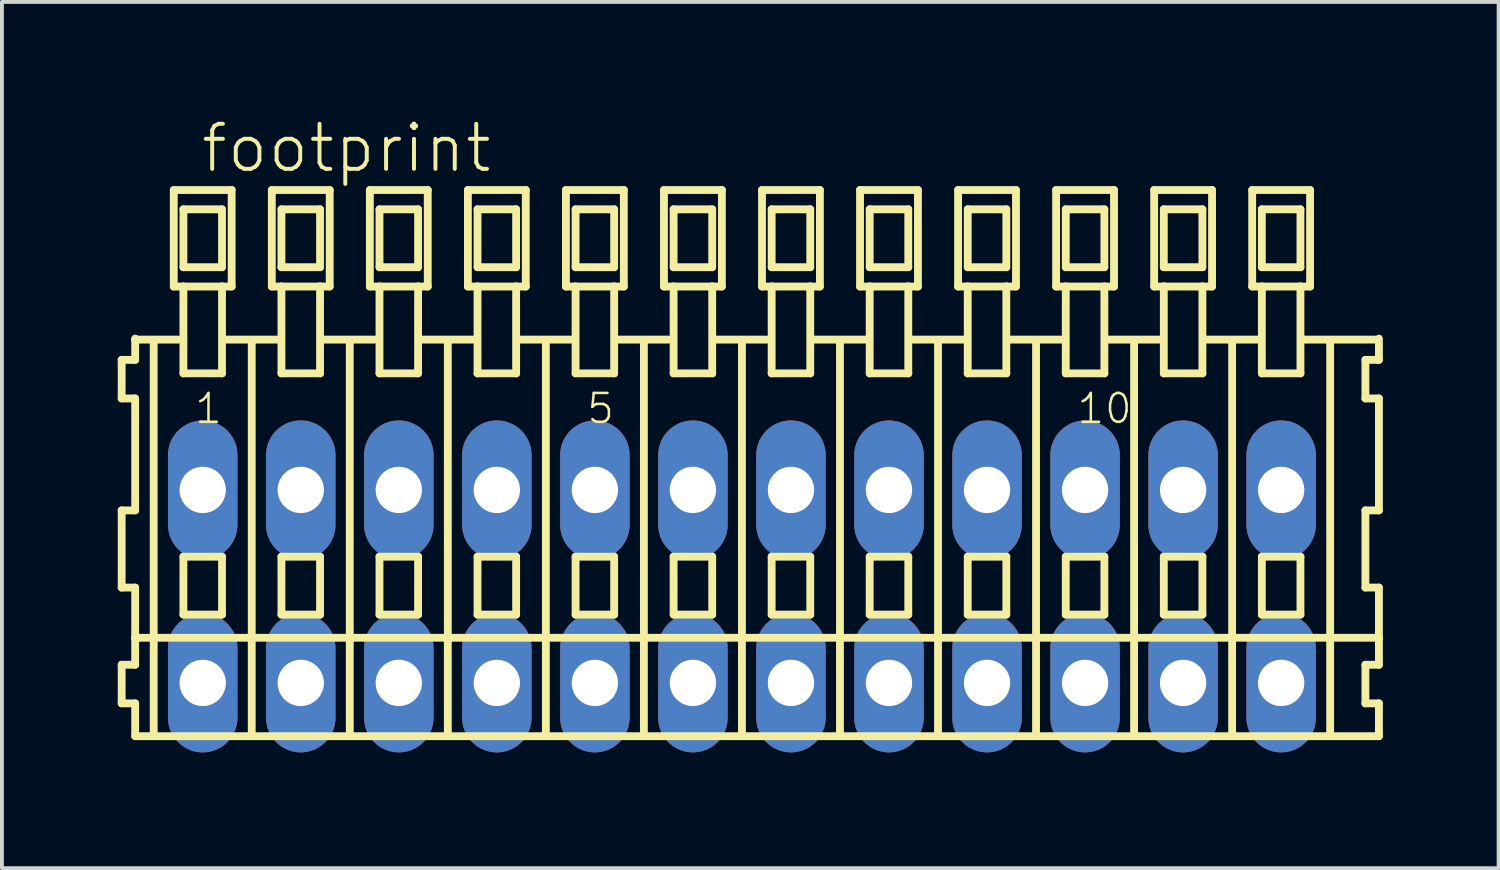
<source format=kicad_pcb>
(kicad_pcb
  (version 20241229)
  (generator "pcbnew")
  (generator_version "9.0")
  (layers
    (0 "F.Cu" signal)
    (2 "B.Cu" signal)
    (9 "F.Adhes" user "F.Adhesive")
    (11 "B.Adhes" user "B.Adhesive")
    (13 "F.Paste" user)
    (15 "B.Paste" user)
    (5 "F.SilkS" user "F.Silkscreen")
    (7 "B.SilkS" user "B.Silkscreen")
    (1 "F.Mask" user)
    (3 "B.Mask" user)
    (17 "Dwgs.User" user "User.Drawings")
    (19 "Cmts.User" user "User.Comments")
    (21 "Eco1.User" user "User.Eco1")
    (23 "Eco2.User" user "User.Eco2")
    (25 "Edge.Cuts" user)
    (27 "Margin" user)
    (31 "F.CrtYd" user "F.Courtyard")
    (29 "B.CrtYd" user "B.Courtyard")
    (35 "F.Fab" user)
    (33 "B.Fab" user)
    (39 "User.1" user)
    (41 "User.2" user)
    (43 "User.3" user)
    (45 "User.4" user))
  (footprint "footprint"
    (layer "F.Cu")
    (at 16.172 12.143)
    (property "Reference" "footprint" (at -14.07 -10.67 0) (layer "F.SilkS") (effects (font (size 1.168 1.168) (thickness 0.102)) (justify left bottom)))
    (fp_line (start -16.07 -5.87) (end -16.07 -4.87) (stroke (width 0.203) (type solid)) (layer "F.SilkS"))
    (fp_line (start -16.07 -4.87) (end -15.72 -4.87) (stroke (width 0.203) (type solid)) (layer "F.SilkS"))
    (fp_line (start -16.07 -1.97) (end -16.07 0.03) (stroke (width 0.203) (type solid)) (layer "F.SilkS"))
    (fp_line (start -16.07 0.03) (end -15.72 0.03) (stroke (width 0.203) (type solid)) (layer "F.SilkS"))
    (fp_line (start -16.07 2.03) (end -16.07 3.03) (stroke (width 0.203) (type solid)) (layer "F.SilkS"))
    (fp_line (start -16.07 3.03) (end -15.72 3.03) (stroke (width 0.203) (type solid)) (layer "F.SilkS"))
    (fp_line (start -15.72 -6.42) (end -15.72 -6.395) (stroke (width 0.203) (type solid)) (layer "F.SilkS"))
    (fp_line (start -15.72 -6.395) (end -15.72 -5.87) (stroke (width 0.203) (type solid)) (layer "F.SilkS"))
    (fp_line (start -15.72 -6.395) (end -14.595 -6.395) (stroke (width 0.203) (type solid)) (layer "F.SilkS"))
    (fp_line (start -15.72 -5.87) (end -16.07 -5.87) (stroke (width 0.203) (type solid)) (layer "F.SilkS"))
    (fp_line (start -15.72 -4.87) (end -15.72 -1.97) (stroke (width 0.203) (type solid)) (layer "F.SilkS"))
    (fp_line (start -15.72 -1.97) (end -16.07 -1.97) (stroke (width 0.203) (type solid)) (layer "F.SilkS"))
    (fp_line (start -15.72 0.03) (end -15.72 1.33) (stroke (width 0.203) (type solid)) (layer "F.SilkS"))
    (fp_line (start -15.72 1.33) (end -15.72 2.03) (stroke (width 0.203) (type solid)) (layer "F.SilkS"))
    (fp_line (start -15.72 1.33) (end 16.503 1.33) (stroke (width 0.203) (type solid)) (layer "F.SilkS"))
    (fp_line (start -15.72 2.03) (end -16.07 2.03) (stroke (width 0.203) (type solid)) (layer "F.SilkS"))
    (fp_line (start -15.72 3.03) (end -15.72 3.88) (stroke (width 0.203) (type solid)) (layer "F.SilkS"))
    (fp_line (start -15.72 3.88) (end 16.503 3.88) (stroke (width 0.203) (type solid)) (layer "F.SilkS"))
    (fp_line (start -15.24 3.83) (end -15.24 -6.33) (stroke (width 0.203) (type solid)) (layer "F.SilkS"))
    (fp_line (start -14.72 -10.27) (end -14.72 -7.77) (stroke (width 0.203) (type solid)) (layer "F.SilkS"))
    (fp_line (start -14.72 -7.77) (end -14.47 -7.77) (stroke (width 0.203) (type solid)) (layer "F.SilkS"))
    (fp_line (start -14.47 -9.77) (end -14.47 -8.27) (stroke (width 0.203) (type solid)) (layer "F.SilkS"))
    (fp_line (start -14.47 -8.27) (end -13.47 -8.27) (stroke (width 0.203) (type solid)) (layer "F.SilkS"))
    (fp_line (start -14.47 -7.77) (end -14.47 -5.52) (stroke (width 0.203) (type solid)) (layer "F.SilkS"))
    (fp_line (start -14.47 -7.77) (end -13.47 -7.77) (stroke (width 0.203) (type solid)) (layer "F.SilkS"))
    (fp_line (start -14.47 -5.52) (end -13.47 -5.52) (stroke (width 0.203) (type solid)) (layer "F.SilkS"))
    (fp_line (start -14.47 -0.77) (end -14.47 0.73) (stroke (width 0.203) (type solid)) (layer "F.SilkS"))
    (fp_line (start -14.47 0.73) (end -13.47 0.73) (stroke (width 0.203) (type solid)) (layer "F.SilkS"))
    (fp_line (start -13.47 -9.77) (end -14.47 -9.77) (stroke (width 0.203) (type solid)) (layer "F.SilkS"))
    (fp_line (start -13.47 -8.27) (end -13.47 -9.77) (stroke (width 0.203) (type solid)) (layer "F.SilkS"))
    (fp_line (start -13.47 -7.77) (end -13.22 -7.77) (stroke (width 0.203) (type solid)) (layer "F.SilkS"))
    (fp_line (start -13.47 -5.52) (end -13.47 -7.77) (stroke (width 0.203) (type solid)) (layer "F.SilkS"))
    (fp_line (start -13.47 -0.77) (end -14.47 -0.77) (stroke (width 0.203) (type solid)) (layer "F.SilkS"))
    (fp_line (start -13.47 0.73) (end -13.47 -0.77) (stroke (width 0.203) (type solid)) (layer "F.SilkS"))
    (fp_line (start -13.434 -6.395) (end -12.055 -6.395) (stroke (width 0.203) (type solid)) (layer "F.SilkS"))
    (fp_line (start -13.22 -10.27) (end -14.72 -10.27) (stroke (width 0.203) (type solid)) (layer "F.SilkS"))
    (fp_line (start -13.22 -7.77) (end -13.22 -10.27) (stroke (width 0.203) (type solid)) (layer "F.SilkS"))
    (fp_line (start -12.7 3.83) (end -12.7 -6.33) (stroke (width 0.203) (type solid)) (layer "F.SilkS"))
    (fp_line (start -12.18 -10.27) (end -12.18 -7.77) (stroke (width 0.203) (type solid)) (layer "F.SilkS"))
    (fp_line (start -12.18 -7.77) (end -11.93 -7.77) (stroke (width 0.203) (type solid)) (layer "F.SilkS"))
    (fp_line (start -11.93 -9.77) (end -11.93 -8.27) (stroke (width 0.203) (type solid)) (layer "F.SilkS"))
    (fp_line (start -11.93 -8.27) (end -10.93 -8.27) (stroke (width 0.203) (type solid)) (layer "F.SilkS"))
    (fp_line (start -11.93 -7.77) (end -11.93 -5.52) (stroke (width 0.203) (type solid)) (layer "F.SilkS"))
    (fp_line (start -11.93 -7.77) (end -10.93 -7.77) (stroke (width 0.203) (type solid)) (layer "F.SilkS"))
    (fp_line (start -11.93 -5.52) (end -10.93 -5.52) (stroke (width 0.203) (type solid)) (layer "F.SilkS"))
    (fp_line (start -11.93 -0.77) (end -11.93 0.73) (stroke (width 0.203) (type solid)) (layer "F.SilkS"))
    (fp_line (start -11.93 0.73) (end -10.93 0.73) (stroke (width 0.203) (type solid)) (layer "F.SilkS"))
    (fp_line (start -10.93 -9.77) (end -11.93 -9.77) (stroke (width 0.203) (type solid)) (layer "F.SilkS"))
    (fp_line (start -10.93 -8.27) (end -10.93 -9.77) (stroke (width 0.203) (type solid)) (layer "F.SilkS"))
    (fp_line (start -10.93 -7.77) (end -10.68 -7.77) (stroke (width 0.203) (type solid)) (layer "F.SilkS"))
    (fp_line (start -10.93 -5.52) (end -10.93 -7.77) (stroke (width 0.203) (type solid)) (layer "F.SilkS"))
    (fp_line (start -10.93 -0.77) (end -11.93 -0.77) (stroke (width 0.203) (type solid)) (layer "F.SilkS"))
    (fp_line (start -10.93 0.73) (end -10.93 -0.77) (stroke (width 0.203) (type solid)) (layer "F.SilkS"))
    (fp_line (start -10.894 -6.395) (end -9.515 -6.395) (stroke (width 0.203) (type solid)) (layer "F.SilkS"))
    (fp_line (start -10.68 -10.27) (end -12.18 -10.27) (stroke (width 0.203) (type solid)) (layer "F.SilkS"))
    (fp_line (start -10.68 -7.77) (end -10.68 -10.27) (stroke (width 0.203) (type solid)) (layer "F.SilkS"))
    (fp_line (start -10.16 3.83) (end -10.16 -6.33) (stroke (width 0.203) (type solid)) (layer "F.SilkS"))
    (fp_line (start -9.64 -10.27) (end -9.64 -7.77) (stroke (width 0.203) (type solid)) (layer "F.SilkS"))
    (fp_line (start -9.64 -7.77) (end -9.39 -7.77) (stroke (width 0.203) (type solid)) (layer "F.SilkS"))
    (fp_line (start -9.39 -9.77) (end -9.39 -8.27) (stroke (width 0.203) (type solid)) (layer "F.SilkS"))
    (fp_line (start -9.39 -8.27) (end -8.39 -8.27) (stroke (width 0.203) (type solid)) (layer "F.SilkS"))
    (fp_line (start -9.39 -7.77) (end -9.39 -5.52) (stroke (width 0.203) (type solid)) (layer "F.SilkS"))
    (fp_line (start -9.39 -7.77) (end -8.39 -7.77) (stroke (width 0.203) (type solid)) (layer "F.SilkS"))
    (fp_line (start -9.39 -5.52) (end -8.39 -5.52) (stroke (width 0.203) (type solid)) (layer "F.SilkS"))
    (fp_line (start -9.39 -0.77) (end -9.39 0.73) (stroke (width 0.203) (type solid)) (layer "F.SilkS"))
    (fp_line (start -9.39 0.73) (end -8.39 0.73) (stroke (width 0.203) (type solid)) (layer "F.SilkS"))
    (fp_line (start -8.39 -9.77) (end -9.39 -9.77) (stroke (width 0.203) (type solid)) (layer "F.SilkS"))
    (fp_line (start -8.39 -8.27) (end -8.39 -9.77) (stroke (width 0.203) (type solid)) (layer "F.SilkS"))
    (fp_line (start -8.39 -7.77) (end -8.14 -7.77) (stroke (width 0.203) (type solid)) (layer "F.SilkS"))
    (fp_line (start -8.39 -5.52) (end -8.39 -7.77) (stroke (width 0.203) (type solid)) (layer "F.SilkS"))
    (fp_line (start -8.39 -0.77) (end -9.39 -0.77) (stroke (width 0.203) (type solid)) (layer "F.SilkS"))
    (fp_line (start -8.39 0.73) (end -8.39 -0.77) (stroke (width 0.203) (type solid)) (layer "F.SilkS"))
    (fp_line (start -8.354 -6.395) (end -6.975 -6.395) (stroke (width 0.203) (type solid)) (layer "F.SilkS"))
    (fp_line (start -8.14 -10.27) (end -9.64 -10.27) (stroke (width 0.203) (type solid)) (layer "F.SilkS"))
    (fp_line (start -8.14 -7.77) (end -8.14 -10.27) (stroke (width 0.203) (type solid)) (layer "F.SilkS"))
    (fp_line (start -7.62 3.83) (end -7.62 -6.33) (stroke (width 0.203) (type solid)) (layer "F.SilkS"))
    (fp_line (start -7.1 -10.27) (end -7.1 -7.77) (stroke (width 0.203) (type solid)) (layer "F.SilkS"))
    (fp_line (start -7.1 -7.77) (end -6.85 -7.77) (stroke (width 0.203) (type solid)) (layer "F.SilkS"))
    (fp_line (start -6.85 -9.77) (end -6.85 -8.27) (stroke (width 0.203) (type solid)) (layer "F.SilkS"))
    (fp_line (start -6.85 -8.27) (end -5.85 -8.27) (stroke (width 0.203) (type solid)) (layer "F.SilkS"))
    (fp_line (start -6.85 -7.77) (end -6.85 -5.52) (stroke (width 0.203) (type solid)) (layer "F.SilkS"))
    (fp_line (start -6.85 -7.77) (end -5.85 -7.77) (stroke (width 0.203) (type solid)) (layer "F.SilkS"))
    (fp_line (start -6.85 -5.52) (end -5.85 -5.52) (stroke (width 0.203) (type solid)) (layer "F.SilkS"))
    (fp_line (start -6.85 -0.77) (end -6.85 0.73) (stroke (width 0.203) (type solid)) (layer "F.SilkS"))
    (fp_line (start -6.85 0.73) (end -5.85 0.73) (stroke (width 0.203) (type solid)) (layer "F.SilkS"))
    (fp_line (start -5.85 -9.77) (end -6.85 -9.77) (stroke (width 0.203) (type solid)) (layer "F.SilkS"))
    (fp_line (start -5.85 -8.27) (end -5.85 -9.77) (stroke (width 0.203) (type solid)) (layer "F.SilkS"))
    (fp_line (start -5.85 -7.77) (end -5.6 -7.77) (stroke (width 0.203) (type solid)) (layer "F.SilkS"))
    (fp_line (start -5.85 -5.52) (end -5.85 -7.77) (stroke (width 0.203) (type solid)) (layer "F.SilkS"))
    (fp_line (start -5.85 -0.77) (end -6.85 -0.77) (stroke (width 0.203) (type solid)) (layer "F.SilkS"))
    (fp_line (start -5.85 0.73) (end -5.85 -0.77) (stroke (width 0.203) (type solid)) (layer "F.SilkS"))
    (fp_line (start -5.814 -6.395) (end -4.435 -6.395) (stroke (width 0.203) (type solid)) (layer "F.SilkS"))
    (fp_line (start -5.6 -10.27) (end -7.1 -10.27) (stroke (width 0.203) (type solid)) (layer "F.SilkS"))
    (fp_line (start -5.6 -7.77) (end -5.6 -10.27) (stroke (width 0.203) (type solid)) (layer "F.SilkS"))
    (fp_line (start -5.08 3.83) (end -5.08 -6.33) (stroke (width 0.203) (type solid)) (layer "F.SilkS"))
    (fp_line (start -4.56 -10.27) (end -4.56 -7.77) (stroke (width 0.203) (type solid)) (layer "F.SilkS"))
    (fp_line (start -4.56 -7.77) (end -4.31 -7.77) (stroke (width 0.203) (type solid)) (layer "F.SilkS"))
    (fp_line (start -4.31 -9.77) (end -4.31 -8.27) (stroke (width 0.203) (type solid)) (layer "F.SilkS"))
    (fp_line (start -4.31 -8.27) (end -3.31 -8.27) (stroke (width 0.203) (type solid)) (layer "F.SilkS"))
    (fp_line (start -4.31 -7.77) (end -4.31 -5.52) (stroke (width 0.203) (type solid)) (layer "F.SilkS"))
    (fp_line (start -4.31 -7.77) (end -3.31 -7.77) (stroke (width 0.203) (type solid)) (layer "F.SilkS"))
    (fp_line (start -4.31 -5.52) (end -3.31 -5.52) (stroke (width 0.203) (type solid)) (layer "F.SilkS"))
    (fp_line (start -4.31 -0.77) (end -4.31 0.73) (stroke (width 0.203) (type solid)) (layer "F.SilkS"))
    (fp_line (start -4.31 0.73) (end -3.31 0.73) (stroke (width 0.203) (type solid)) (layer "F.SilkS"))
    (fp_line (start -3.31 -9.77) (end -4.31 -9.77) (stroke (width 0.203) (type solid)) (layer "F.SilkS"))
    (fp_line (start -3.31 -8.27) (end -3.31 -9.77) (stroke (width 0.203) (type solid)) (layer "F.SilkS"))
    (fp_line (start -3.31 -7.77) (end -3.06 -7.77) (stroke (width 0.203) (type solid)) (layer "F.SilkS"))
    (fp_line (start -3.31 -5.52) (end -3.31 -7.77) (stroke (width 0.203) (type solid)) (layer "F.SilkS"))
    (fp_line (start -3.31 -0.77) (end -4.31 -0.77) (stroke (width 0.203) (type solid)) (layer "F.SilkS"))
    (fp_line (start -3.31 0.73) (end -3.31 -0.77) (stroke (width 0.203) (type solid)) (layer "F.SilkS"))
    (fp_line (start -3.274 -6.395) (end -1.895 -6.395) (stroke (width 0.203) (type solid)) (layer "F.SilkS"))
    (fp_line (start -3.06 -10.27) (end -4.56 -10.27) (stroke (width 0.203) (type solid)) (layer "F.SilkS"))
    (fp_line (start -3.06 -7.77) (end -3.06 -10.27) (stroke (width 0.203) (type solid)) (layer "F.SilkS"))
    (fp_line (start -2.54 3.83) (end -2.54 -6.33) (stroke (width 0.203) (type solid)) (layer "F.SilkS"))
    (fp_line (start -2.02 -10.27) (end -2.02 -7.77) (stroke (width 0.203) (type solid)) (layer "F.SilkS"))
    (fp_line (start -2.02 -7.77) (end -1.77 -7.77) (stroke (width 0.203) (type solid)) (layer "F.SilkS"))
    (fp_line (start -1.77 -9.77) (end -1.77 -8.27) (stroke (width 0.203) (type solid)) (layer "F.SilkS"))
    (fp_line (start -1.77 -8.27) (end -0.77 -8.27) (stroke (width 0.203) (type solid)) (layer "F.SilkS"))
    (fp_line (start -1.77 -7.77) (end -1.77 -5.52) (stroke (width 0.203) (type solid)) (layer "F.SilkS"))
    (fp_line (start -1.77 -7.77) (end -0.77 -7.77) (stroke (width 0.203) (type solid)) (layer "F.SilkS"))
    (fp_line (start -1.77 -5.52) (end -0.77 -5.52) (stroke (width 0.203) (type solid)) (layer "F.SilkS"))
    (fp_line (start -1.77 -0.77) (end -1.77 0.73) (stroke (width 0.203) (type solid)) (layer "F.SilkS"))
    (fp_line (start -1.77 0.73) (end -0.77 0.73) (stroke (width 0.203) (type solid)) (layer "F.SilkS"))
    (fp_line (start -0.77 -9.77) (end -1.77 -9.77) (stroke (width 0.203) (type solid)) (layer "F.SilkS"))
    (fp_line (start -0.77 -8.27) (end -0.77 -9.77) (stroke (width 0.203) (type solid)) (layer "F.SilkS"))
    (fp_line (start -0.77 -7.77) (end -0.52 -7.77) (stroke (width 0.203) (type solid)) (layer "F.SilkS"))
    (fp_line (start -0.77 -5.52) (end -0.77 -7.77) (stroke (width 0.203) (type solid)) (layer "F.SilkS"))
    (fp_line (start -0.77 -0.77) (end -1.77 -0.77) (stroke (width 0.203) (type solid)) (layer "F.SilkS"))
    (fp_line (start -0.77 0.73) (end -0.77 -0.77) (stroke (width 0.203) (type solid)) (layer "F.SilkS"))
    (fp_line (start -0.734 -6.395) (end 0.645 -6.395) (stroke (width 0.203) (type solid)) (layer "F.SilkS"))
    (fp_line (start -0.52 -10.27) (end -2.02 -10.27) (stroke (width 0.203) (type solid)) (layer "F.SilkS"))
    (fp_line (start -0.52 -7.77) (end -0.52 -10.27) (stroke (width 0.203) (type solid)) (layer "F.SilkS"))
    (fp_line (start 0 3.83) (end 0 -6.33) (stroke (width 0.203) (type solid)) (layer "F.SilkS"))
    (fp_line (start 0.52 -10.27) (end 0.52 -7.77) (stroke (width 0.203) (type solid)) (layer "F.SilkS"))
    (fp_line (start 0.52 -7.77) (end 0.77 -7.77) (stroke (width 0.203) (type solid)) (layer "F.SilkS"))
    (fp_line (start 0.77 -9.77) (end 0.77 -8.27) (stroke (width 0.203) (type solid)) (layer "F.SilkS"))
    (fp_line (start 0.77 -8.27) (end 1.77 -8.27) (stroke (width 0.203) (type solid)) (layer "F.SilkS"))
    (fp_line (start 0.77 -7.77) (end 0.77 -5.52) (stroke (width 0.203) (type solid)) (layer "F.SilkS"))
    (fp_line (start 0.77 -7.77) (end 1.77 -7.77) (stroke (width 0.203) (type solid)) (layer "F.SilkS"))
    (fp_line (start 0.77 -5.52) (end 1.77 -5.52) (stroke (width 0.203) (type solid)) (layer "F.SilkS"))
    (fp_line (start 0.77 -0.77) (end 0.77 0.73) (stroke (width 0.203) (type solid)) (layer "F.SilkS"))
    (fp_line (start 0.77 0.73) (end 1.77 0.73) (stroke (width 0.203) (type solid)) (layer "F.SilkS"))
    (fp_line (start 1.77 -9.77) (end 0.77 -9.77) (stroke (width 0.203) (type solid)) (layer "F.SilkS"))
    (fp_line (start 1.77 -8.27) (end 1.77 -9.77) (stroke (width 0.203) (type solid)) (layer "F.SilkS"))
    (fp_line (start 1.77 -7.77) (end 2.02 -7.77) (stroke (width 0.203) (type solid)) (layer "F.SilkS"))
    (fp_line (start 1.77 -5.52) (end 1.77 -7.77) (stroke (width 0.203) (type solid)) (layer "F.SilkS"))
    (fp_line (start 1.77 -0.77) (end 0.77 -0.77) (stroke (width 0.203) (type solid)) (layer "F.SilkS"))
    (fp_line (start 1.77 0.73) (end 1.77 -0.77) (stroke (width 0.203) (type solid)) (layer "F.SilkS"))
    (fp_line (start 1.806 -6.395) (end 3.185 -6.395) (stroke (width 0.203) (type solid)) (layer "F.SilkS"))
    (fp_line (start 2.02 -10.27) (end 0.52 -10.27) (stroke (width 0.203) (type solid)) (layer "F.SilkS"))
    (fp_line (start 2.02 -7.77) (end 2.02 -10.27) (stroke (width 0.203) (type solid)) (layer "F.SilkS"))
    (fp_line (start 2.54 3.83) (end 2.54 -6.33) (stroke (width 0.203) (type solid)) (layer "F.SilkS"))
    (fp_line (start 3.06 -10.27) (end 3.06 -7.77) (stroke (width 0.203) (type solid)) (layer "F.SilkS"))
    (fp_line (start 3.06 -7.77) (end 3.31 -7.77) (stroke (width 0.203) (type solid)) (layer "F.SilkS"))
    (fp_line (start 3.31 -9.77) (end 3.31 -8.27) (stroke (width 0.203) (type solid)) (layer "F.SilkS"))
    (fp_line (start 3.31 -8.27) (end 4.31 -8.27) (stroke (width 0.203) (type solid)) (layer "F.SilkS"))
    (fp_line (start 3.31 -7.77) (end 3.31 -5.52) (stroke (width 0.203) (type solid)) (layer "F.SilkS"))
    (fp_line (start 3.31 -7.77) (end 4.31 -7.77) (stroke (width 0.203) (type solid)) (layer "F.SilkS"))
    (fp_line (start 3.31 -5.52) (end 4.31 -5.52) (stroke (width 0.203) (type solid)) (layer "F.SilkS"))
    (fp_line (start 3.31 -0.77) (end 3.31 0.73) (stroke (width 0.203) (type solid)) (layer "F.SilkS"))
    (fp_line (start 3.31 0.73) (end 4.31 0.73) (stroke (width 0.203) (type solid)) (layer "F.SilkS"))
    (fp_line (start 4.31 -9.77) (end 3.31 -9.77) (stroke (width 0.203) (type solid)) (layer "F.SilkS"))
    (fp_line (start 4.31 -8.27) (end 4.31 -9.77) (stroke (width 0.203) (type solid)) (layer "F.SilkS"))
    (fp_line (start 4.31 -7.77) (end 4.56 -7.77) (stroke (width 0.203) (type solid)) (layer "F.SilkS"))
    (fp_line (start 4.31 -5.52) (end 4.31 -7.77) (stroke (width 0.203) (type solid)) (layer "F.SilkS"))
    (fp_line (start 4.31 -0.77) (end 3.31 -0.77) (stroke (width 0.203) (type solid)) (layer "F.SilkS"))
    (fp_line (start 4.31 0.73) (end 4.31 -0.77) (stroke (width 0.203) (type solid)) (layer "F.SilkS"))
    (fp_line (start 4.346 -6.395) (end 5.725 -6.395) (stroke (width 0.203) (type solid)) (layer "F.SilkS"))
    (fp_line (start 4.56 -10.27) (end 3.06 -10.27) (stroke (width 0.203) (type solid)) (layer "F.SilkS"))
    (fp_line (start 4.56 -7.77) (end 4.56 -10.27) (stroke (width 0.203) (type solid)) (layer "F.SilkS"))
    (fp_line (start 5.08 3.83) (end 5.08 -6.33) (stroke (width 0.203) (type solid)) (layer "F.SilkS"))
    (fp_line (start 5.6 -10.27) (end 5.6 -7.77) (stroke (width 0.203) (type solid)) (layer "F.SilkS"))
    (fp_line (start 5.6 -7.77) (end 5.85 -7.77) (stroke (width 0.203) (type solid)) (layer "F.SilkS"))
    (fp_line (start 5.85 -9.77) (end 5.85 -8.27) (stroke (width 0.203) (type solid)) (layer "F.SilkS"))
    (fp_line (start 5.85 -8.27) (end 6.85 -8.27) (stroke (width 0.203) (type solid)) (layer "F.SilkS"))
    (fp_line (start 5.85 -7.77) (end 5.85 -5.52) (stroke (width 0.203) (type solid)) (layer "F.SilkS"))
    (fp_line (start 5.85 -7.77) (end 6.85 -7.77) (stroke (width 0.203) (type solid)) (layer "F.SilkS"))
    (fp_line (start 5.85 -5.52) (end 6.85 -5.52) (stroke (width 0.203) (type solid)) (layer "F.SilkS"))
    (fp_line (start 5.85 -0.77) (end 5.85 0.73) (stroke (width 0.203) (type solid)) (layer "F.SilkS"))
    (fp_line (start 5.85 0.73) (end 6.85 0.73) (stroke (width 0.203) (type solid)) (layer "F.SilkS"))
    (fp_line (start 6.85 -9.77) (end 5.85 -9.77) (stroke (width 0.203) (type solid)) (layer "F.SilkS"))
    (fp_line (start 6.85 -8.27) (end 6.85 -9.77) (stroke (width 0.203) (type solid)) (layer "F.SilkS"))
    (fp_line (start 6.85 -7.77) (end 7.1 -7.77) (stroke (width 0.203) (type solid)) (layer "F.SilkS"))
    (fp_line (start 6.85 -5.52) (end 6.85 -7.77) (stroke (width 0.203) (type solid)) (layer "F.SilkS"))
    (fp_line (start 6.85 -0.77) (end 5.85 -0.77) (stroke (width 0.203) (type solid)) (layer "F.SilkS"))
    (fp_line (start 6.85 0.73) (end 6.85 -0.77) (stroke (width 0.203) (type solid)) (layer "F.SilkS"))
    (fp_line (start 6.886 -6.395) (end 8.265 -6.395) (stroke (width 0.203) (type solid)) (layer "F.SilkS"))
    (fp_line (start 7.1 -10.27) (end 5.6 -10.27) (stroke (width 0.203) (type solid)) (layer "F.SilkS"))
    (fp_line (start 7.1 -7.77) (end 7.1 -10.27) (stroke (width 0.203) (type solid)) (layer "F.SilkS"))
    (fp_line (start 7.62 3.83) (end 7.62 -6.33) (stroke (width 0.203) (type solid)) (layer "F.SilkS"))
    (fp_line (start 8.14 -10.27) (end 8.14 -7.77) (stroke (width 0.203) (type solid)) (layer "F.SilkS"))
    (fp_line (start 8.14 -7.77) (end 8.39 -7.77) (stroke (width 0.203) (type solid)) (layer "F.SilkS"))
    (fp_line (start 8.39 -9.77) (end 8.39 -8.27) (stroke (width 0.203) (type solid)) (layer "F.SilkS"))
    (fp_line (start 8.39 -8.27) (end 9.39 -8.27) (stroke (width 0.203) (type solid)) (layer "F.SilkS"))
    (fp_line (start 8.39 -7.77) (end 8.39 -5.52) (stroke (width 0.203) (type solid)) (layer "F.SilkS"))
    (fp_line (start 8.39 -7.77) (end 9.39 -7.77) (stroke (width 0.203) (type solid)) (layer "F.SilkS"))
    (fp_line (start 8.39 -5.52) (end 9.39 -5.52) (stroke (width 0.203) (type solid)) (layer "F.SilkS"))
    (fp_line (start 8.39 -0.77) (end 8.39 0.73) (stroke (width 0.203) (type solid)) (layer "F.SilkS"))
    (fp_line (start 8.39 0.73) (end 9.39 0.73) (stroke (width 0.203) (type solid)) (layer "F.SilkS"))
    (fp_line (start 9.39 -9.77) (end 8.39 -9.77) (stroke (width 0.203) (type solid)) (layer "F.SilkS"))
    (fp_line (start 9.39 -8.27) (end 9.39 -9.77) (stroke (width 0.203) (type solid)) (layer "F.SilkS"))
    (fp_line (start 9.39 -7.77) (end 9.64 -7.77) (stroke (width 0.203) (type solid)) (layer "F.SilkS"))
    (fp_line (start 9.39 -5.52) (end 9.39 -7.77) (stroke (width 0.203) (type solid)) (layer "F.SilkS"))
    (fp_line (start 9.39 -0.77) (end 8.39 -0.77) (stroke (width 0.203) (type solid)) (layer "F.SilkS"))
    (fp_line (start 9.39 0.73) (end 9.39 -0.77) (stroke (width 0.203) (type solid)) (layer "F.SilkS"))
    (fp_line (start 9.426 -6.395) (end 10.805 -6.395) (stroke (width 0.203) (type solid)) (layer "F.SilkS"))
    (fp_line (start 9.64 -10.27) (end 8.14 -10.27) (stroke (width 0.203) (type solid)) (layer "F.SilkS"))
    (fp_line (start 9.64 -7.77) (end 9.64 -10.27) (stroke (width 0.203) (type solid)) (layer "F.SilkS"))
    (fp_line (start 10.16 3.83) (end 10.16 -6.33) (stroke (width 0.203) (type solid)) (layer "F.SilkS"))
    (fp_line (start 10.68 -10.27) (end 10.68 -7.77) (stroke (width 0.203) (type solid)) (layer "F.SilkS"))
    (fp_line (start 10.68 -7.77) (end 10.93 -7.77) (stroke (width 0.203) (type solid)) (layer "F.SilkS"))
    (fp_line (start 10.93 -9.77) (end 10.93 -8.27) (stroke (width 0.203) (type solid)) (layer "F.SilkS"))
    (fp_line (start 10.93 -8.27) (end 11.93 -8.27) (stroke (width 0.203) (type solid)) (layer "F.SilkS"))
    (fp_line (start 10.93 -7.77) (end 10.93 -5.52) (stroke (width 0.203) (type solid)) (layer "F.SilkS"))
    (fp_line (start 10.93 -7.77) (end 11.93 -7.77) (stroke (width 0.203) (type solid)) (layer "F.SilkS"))
    (fp_line (start 10.93 -5.52) (end 11.93 -5.52) (stroke (width 0.203) (type solid)) (layer "F.SilkS"))
    (fp_line (start 10.93 -0.77) (end 10.93 0.73) (stroke (width 0.203) (type solid)) (layer "F.SilkS"))
    (fp_line (start 10.93 0.73) (end 11.93 0.73) (stroke (width 0.203) (type solid)) (layer "F.SilkS"))
    (fp_line (start 11.93 -9.77) (end 10.93 -9.77) (stroke (width 0.203) (type solid)) (layer "F.SilkS"))
    (fp_line (start 11.93 -8.27) (end 11.93 -9.77) (stroke (width 0.203) (type solid)) (layer "F.SilkS"))
    (fp_line (start 11.93 -7.77) (end 12.18 -7.77) (stroke (width 0.203) (type solid)) (layer "F.SilkS"))
    (fp_line (start 11.93 -5.52) (end 11.93 -7.77) (stroke (width 0.203) (type solid)) (layer "F.SilkS"))
    (fp_line (start 11.93 -0.77) (end 10.93 -0.77) (stroke (width 0.203) (type solid)) (layer "F.SilkS"))
    (fp_line (start 11.93 0.73) (end 11.93 -0.77) (stroke (width 0.203) (type solid)) (layer "F.SilkS"))
    (fp_line (start 11.966 -6.395) (end 13.345 -6.395) (stroke (width 0.203) (type solid)) (layer "F.SilkS"))
    (fp_line (start 12.18 -10.27) (end 10.68 -10.27) (stroke (width 0.203) (type solid)) (layer "F.SilkS"))
    (fp_line (start 12.18 -7.77) (end 12.18 -10.27) (stroke (width 0.203) (type solid)) (layer "F.SilkS"))
    (fp_line (start 12.7 3.83) (end 12.7 -6.33) (stroke (width 0.203) (type solid)) (layer "F.SilkS"))
    (fp_line (start 13.22 -10.27) (end 13.22 -7.77) (stroke (width 0.203) (type solid)) (layer "F.SilkS"))
    (fp_line (start 13.22 -7.77) (end 13.47 -7.77) (stroke (width 0.203) (type solid)) (layer "F.SilkS"))
    (fp_line (start 13.47 -9.77) (end 13.47 -8.27) (stroke (width 0.203) (type solid)) (layer "F.SilkS"))
    (fp_line (start 13.47 -8.27) (end 14.47 -8.27) (stroke (width 0.203) (type solid)) (layer "F.SilkS"))
    (fp_line (start 13.47 -7.77) (end 13.47 -5.52) (stroke (width 0.203) (type solid)) (layer "F.SilkS"))
    (fp_line (start 13.47 -7.77) (end 14.47 -7.77) (stroke (width 0.203) (type solid)) (layer "F.SilkS"))
    (fp_line (start 13.47 -5.52) (end 14.47 -5.52) (stroke (width 0.203) (type solid)) (layer "F.SilkS"))
    (fp_line (start 13.47 -0.77) (end 13.47 0.73) (stroke (width 0.203) (type solid)) (layer "F.SilkS"))
    (fp_line (start 13.47 0.73) (end 14.47 0.73) (stroke (width 0.203) (type solid)) (layer "F.SilkS"))
    (fp_line (start 14.47 -9.77) (end 13.47 -9.77) (stroke (width 0.203) (type solid)) (layer "F.SilkS"))
    (fp_line (start 14.47 -8.27) (end 14.47 -9.77) (stroke (width 0.203) (type solid)) (layer "F.SilkS"))
    (fp_line (start 14.47 -7.77) (end 14.72 -7.77) (stroke (width 0.203) (type solid)) (layer "F.SilkS"))
    (fp_line (start 14.47 -5.52) (end 14.47 -7.77) (stroke (width 0.203) (type solid)) (layer "F.SilkS"))
    (fp_line (start 14.47 -0.77) (end 13.47 -0.77) (stroke (width 0.203) (type solid)) (layer "F.SilkS"))
    (fp_line (start 14.47 0.73) (end 14.47 -0.77) (stroke (width 0.203) (type solid)) (layer "F.SilkS"))
    (fp_line (start 14.506 -6.395) (end 16.393 -6.395) (stroke (width 0.203) (type solid)) (layer "F.SilkS"))
    (fp_line (start 14.72 -10.27) (end 13.22 -10.27) (stroke (width 0.203) (type solid)) (layer "F.SilkS"))
    (fp_line (start 14.72 -7.77) (end 14.72 -10.27) (stroke (width 0.203) (type solid)) (layer "F.SilkS"))
    (fp_line (start 15.24 3.83) (end 15.24 -6.33) (stroke (width 0.203) (type solid)) (layer "F.SilkS"))
    (fp_line (start 16.153 -5.87) (end 16.153 -4.87) (stroke (width 0.203) (type solid)) (layer "F.SilkS"))
    (fp_line (start 16.153 -4.87) (end 16.503 -4.87) (stroke (width 0.203) (type solid)) (layer "F.SilkS"))
    (fp_line (start 16.153 -1.97) (end 16.153 0.03) (stroke (width 0.203) (type solid)) (layer "F.SilkS"))
    (fp_line (start 16.153 0.03) (end 16.503 0.03) (stroke (width 0.203) (type solid)) (layer "F.SilkS"))
    (fp_line (start 16.153 2.03) (end 16.153 3.03) (stroke (width 0.203) (type solid)) (layer "F.SilkS"))
    (fp_line (start 16.153 3.03) (end 16.503 3.03) (stroke (width 0.203) (type solid)) (layer "F.SilkS"))
    (fp_line (start 16.503 -5.87) (end 16.153 -5.87) (stroke (width 0.203) (type solid)) (layer "F.SilkS"))
    (fp_line (start 16.503 -5.87) (end 16.503 -6.42) (stroke (width 0.203) (type solid)) (layer "F.SilkS"))
    (fp_line (start 16.503 -1.97) (end 16.153 -1.97) (stroke (width 0.203) (type solid)) (layer "F.SilkS"))
    (fp_line (start 16.503 -1.97) (end 16.503 -4.87) (stroke (width 0.203) (type solid)) (layer "F.SilkS"))
    (fp_line (start 16.503 1.33) (end 16.503 0.03) (stroke (width 0.203) (type solid)) (layer "F.SilkS"))
    (fp_line (start 16.503 2.03) (end 16.153 2.03) (stroke (width 0.203) (type solid)) (layer "F.SilkS"))
    (fp_line (start 16.503 2.03) (end 16.503 1.33) (stroke (width 0.203) (type solid)) (layer "F.SilkS"))
    (fp_line (start 16.503 3.88) (end 16.503 3.03) (stroke (width 0.203) (type solid)) (layer "F.SilkS"))
    (fp_text user "1" (at -14.22 -4.17 0) (layer "F.SilkS") (effects (font (size 0.748 0.748) (thickness 0.065)) (justify left bottom)))
    (fp_text user "10" (at 8.64 -4.17 0) (layer "F.SilkS") (effects (font (size 0.748 0.748) (thickness 0.065)) (justify left bottom)))
    (fp_text user "5" (at -4.06 -4.17 0) (layer "F.SilkS") (effects (font (size 0.748 0.748) (thickness 0.065)) (justify left bottom)))
    (pad "A1" thru_hole oval (at -13.97 -2.5 90) (size 3.6 1.8) (drill 1.2) (layers "*.Cu" "*.Mask"))
    (pad "A2" thru_hole oval (at -11.43 -2.5 90) (size 3.6 1.8) (drill 1.2) (layers "*.Cu" "*.Mask"))
    (pad "A3" thru_hole oval (at -8.89 -2.5 90) (size 3.6 1.8) (drill 1.2) (layers "*.Cu" "*.Mask"))
    (pad "A4" thru_hole oval (at -6.35 -2.5 90) (size 3.6 1.8) (drill 1.2) (layers "*.Cu" "*.Mask"))
    (pad "A5" thru_hole oval (at -3.81 -2.5 90) (size 3.6 1.8) (drill 1.2) (layers "*.Cu" "*.Mask"))
    (pad "A6" thru_hole oval (at -1.27 -2.5 90) (size 3.6 1.8) (drill 1.2) (layers "*.Cu" "*.Mask"))
    (pad "A7" thru_hole oval (at 1.27 -2.5 90) (size 3.6 1.8) (drill 1.2) (layers "*.Cu" "*.Mask"))
    (pad "A8" thru_hole oval (at 3.81 -2.5 90) (size 3.6 1.8) (drill 1.2) (layers "*.Cu" "*.Mask"))
    (pad "A9" thru_hole oval (at 6.35 -2.5 90) (size 3.6 1.8) (drill 1.2) (layers "*.Cu" "*.Mask"))
    (pad "A10" thru_hole oval (at 8.89 -2.5 90) (size 3.6 1.8) (drill 1.2) (layers "*.Cu" "*.Mask"))
    (pad "A11" thru_hole oval (at 11.43 -2.5 90) (size 3.6 1.8) (drill 1.2) (layers "*.Cu" "*.Mask"))
    (pad "A12" thru_hole oval (at 13.97 -2.5 90) (size 3.6 1.8) (drill 1.2) (layers "*.Cu" "*.Mask"))
    (pad "B1" thru_hole oval (at -13.97 2.5 90) (size 3.6 1.8) (drill 1.2) (layers "*.Cu" "*.Mask"))
    (pad "B2" thru_hole oval (at -11.43 2.5 90) (size 3.6 1.8) (drill 1.2) (layers "*.Cu" "*.Mask"))
    (pad "B3" thru_hole oval (at -8.89 2.5 90) (size 3.6 1.8) (drill 1.2) (layers "*.Cu" "*.Mask"))
    (pad "B4" thru_hole oval (at -6.35 2.5 90) (size 3.6 1.8) (drill 1.2) (layers "*.Cu" "*.Mask"))
    (pad "B5" thru_hole oval (at -3.81 2.5 90) (size 3.6 1.8) (drill 1.2) (layers "*.Cu" "*.Mask"))
    (pad "B6" thru_hole oval (at -1.27 2.5 90) (size 3.6 1.8) (drill 1.2) (layers "*.Cu" "*.Mask"))
    (pad "B7" thru_hole oval (at 1.27 2.5 90) (size 3.6 1.8) (drill 1.2) (layers "*.Cu" "*.Mask"))
    (pad "B8" thru_hole oval (at 3.81 2.5 90) (size 3.6 1.8) (drill 1.2) (layers "*.Cu" "*.Mask"))
    (pad "B9" thru_hole oval (at 6.35 2.5 90) (size 3.6 1.8) (drill 1.2) (layers "*.Cu" "*.Mask"))
    (pad "B10" thru_hole oval (at 8.89 2.5 90) (size 3.6 1.8) (drill 1.2) (layers "*.Cu" "*.Mask"))
    (pad "B11" thru_hole oval (at 11.43 2.5 90) (size 3.6 1.8) (drill 1.2) (layers "*.Cu" "*.Mask"))
    (pad "B12" thru_hole oval (at 13.97 2.5 90) (size 3.6 1.8) (drill 1.2) (layers "*.Cu" "*.Mask")))
  (gr_rect
    (start -3 -3)
    (end 35.776 19.443)
    (stroke (width 0.1) (type default))
    (fill no)
    (layer "Edge.Cuts")))
</source>
